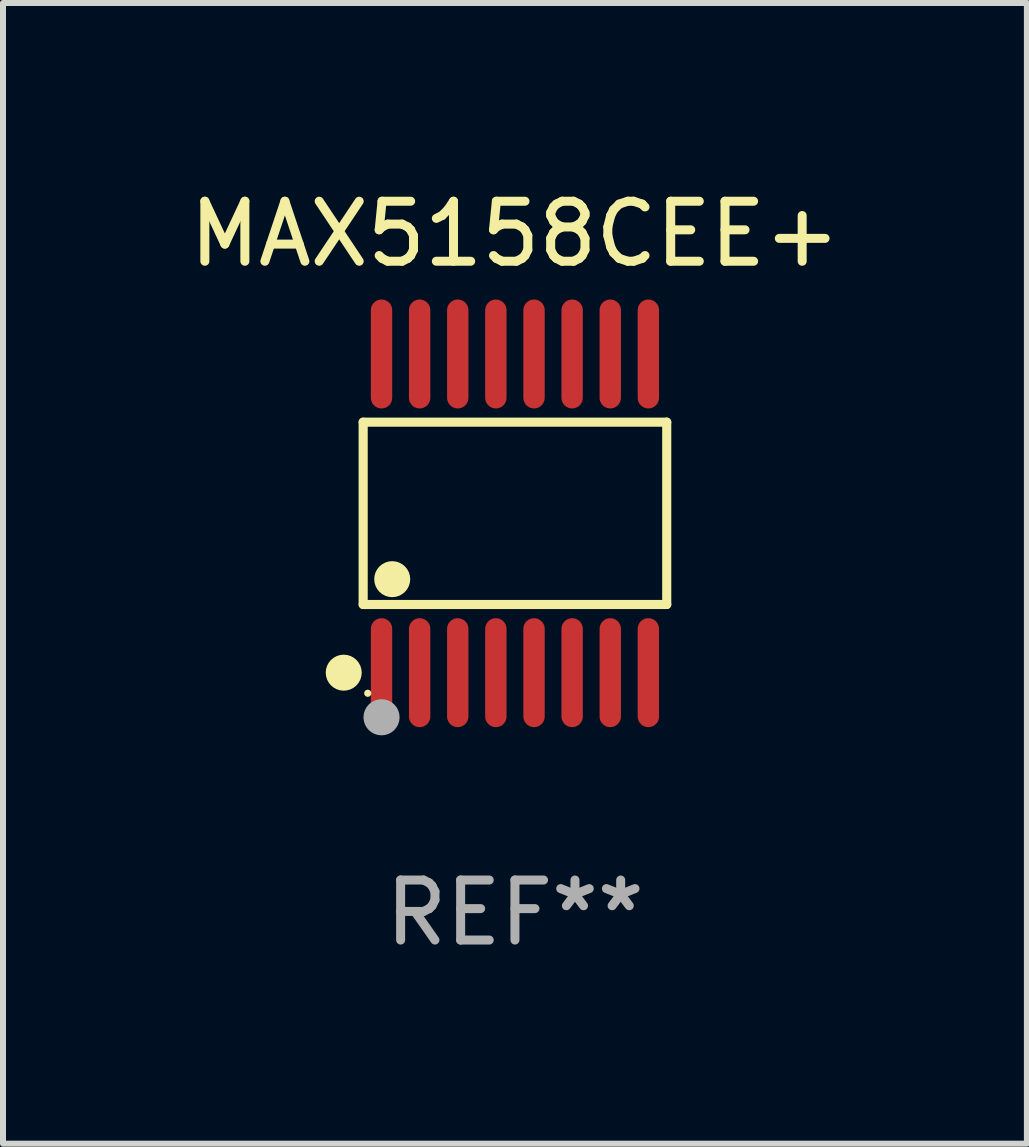
<source format=kicad_pcb>
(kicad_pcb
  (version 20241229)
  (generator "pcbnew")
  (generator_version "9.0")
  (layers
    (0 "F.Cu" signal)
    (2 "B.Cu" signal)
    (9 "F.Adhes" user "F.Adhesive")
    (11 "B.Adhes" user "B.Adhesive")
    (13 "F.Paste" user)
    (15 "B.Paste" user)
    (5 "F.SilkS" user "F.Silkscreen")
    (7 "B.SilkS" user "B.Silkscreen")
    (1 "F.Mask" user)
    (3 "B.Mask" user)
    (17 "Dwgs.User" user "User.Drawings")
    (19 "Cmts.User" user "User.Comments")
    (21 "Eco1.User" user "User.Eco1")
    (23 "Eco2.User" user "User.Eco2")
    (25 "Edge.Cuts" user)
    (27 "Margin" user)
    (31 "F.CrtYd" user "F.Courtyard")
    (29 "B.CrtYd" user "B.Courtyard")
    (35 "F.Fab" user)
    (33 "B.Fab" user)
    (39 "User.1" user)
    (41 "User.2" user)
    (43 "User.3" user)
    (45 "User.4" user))
  (footprint "MAX5158CEE+"
    (layer "F.Cu")
    (at 5.53 5.503)
    (property "Reference" "MAX5158CEE+" (at 0 -4.655 0) (layer "F.SilkS") (effects (font (size 1 1) (thickness 0.15))))
    (attr through_hole)
    (fp_line (start -2.529 -1.519) (end 2.529 -1.519) (stroke (width 0.152) (type solid)) (layer "F.SilkS"))
    (fp_line (start -2.529 1.519) (end -2.529 -1.519) (stroke (width 0.152) (type solid)) (layer "F.SilkS"))
    (fp_line (start 2.529 -1.519) (end 2.529 1.519) (stroke (width 0.152) (type solid)) (layer "F.SilkS"))
    (fp_line (start 2.529 1.519) (end -2.529 1.519) (stroke (width 0.152) (type solid)) (layer "F.SilkS"))
    (fp_circle (center -2.853 2.655) (end -2.703 2.655) (stroke (width 0.3) (type solid)) (fill no) (layer "F.SilkS"))
    (fp_circle (center -2.453 2.998) (end -2.423 2.998) (stroke (width 0.06) (type solid)) (fill no) (layer "F.SilkS"))
    (fp_circle (center -2.045 1.097) (end -1.895 1.097) (stroke (width 0.3) (type solid)) (fill no) (layer "F.SilkS"))
    (fp_circle (center -2.223 3.398) (end -2.072 3.398) (stroke (width 0.3) (type solid)) (fill no) (layer "F.Fab"))
    (fp_text user "REF**" (at 0 6.655 0) (layer "F.Fab") (effects (font (size 1 1) (thickness 0.15))))
    (pad "1" smd oval (at -2.223 2.655) (size 0.356 1.815) (layers "F.Cu" "F.Mask" "F.Paste"))
    (pad "2" smd oval (at -1.588 2.655) (size 0.356 1.815) (layers "F.Cu" "F.Mask" "F.Paste"))
    (pad "3" smd oval (at -0.953 2.655) (size 0.356 1.815) (layers "F.Cu" "F.Mask" "F.Paste"))
    (pad "4" smd oval (at -0.318 2.655) (size 0.356 1.815) (layers "F.Cu" "F.Mask" "F.Paste"))
    (pad "5" smd oval (at 0.318 2.655) (size 0.356 1.815) (layers "F.Cu" "F.Mask" "F.Paste"))
    (pad "6" smd oval (at 0.953 2.655) (size 0.356 1.815) (layers "F.Cu" "F.Mask" "F.Paste"))
    (pad "7" smd oval (at 1.588 2.655) (size 0.356 1.815) (layers "F.Cu" "F.Mask" "F.Paste"))
    (pad "8" smd oval (at 2.223 2.655) (size 0.356 1.815) (layers "F.Cu" "F.Mask" "F.Paste"))
    (pad "9" smd oval (at 2.223 -2.655) (size 0.356 1.815) (layers "F.Cu" "F.Mask" "F.Paste"))
    (pad "10" smd oval (at 1.588 -2.655) (size 0.356 1.815) (layers "F.Cu" "F.Mask" "F.Paste"))
    (pad "11" smd oval (at 0.953 -2.655) (size 0.356 1.815) (layers "F.Cu" "F.Mask" "F.Paste"))
    (pad "12" smd oval (at 0.318 -2.655) (size 0.356 1.815) (layers "F.Cu" "F.Mask" "F.Paste"))
    (pad "13" smd oval (at -0.318 -2.655) (size 0.356 1.815) (layers "F.Cu" "F.Mask" "F.Paste"))
    (pad "14" smd oval (at -0.953 -2.655) (size 0.356 1.815) (layers "F.Cu" "F.Mask" "F.Paste"))
    (pad "15" smd oval (at -1.588 -2.655) (size 0.356 1.815) (layers "F.Cu" "F.Mask" "F.Paste"))
    (pad "16" smd oval (at -2.223 -2.655) (size 0.356 1.815) (layers "F.Cu" "F.Mask" "F.Paste")))
  (gr_rect
    (start -3 -3)
    (end 14.06 16.006)
    (stroke (width 0.1) (type default))
    (fill no)
    (layer "Edge.Cuts")))
</source>
